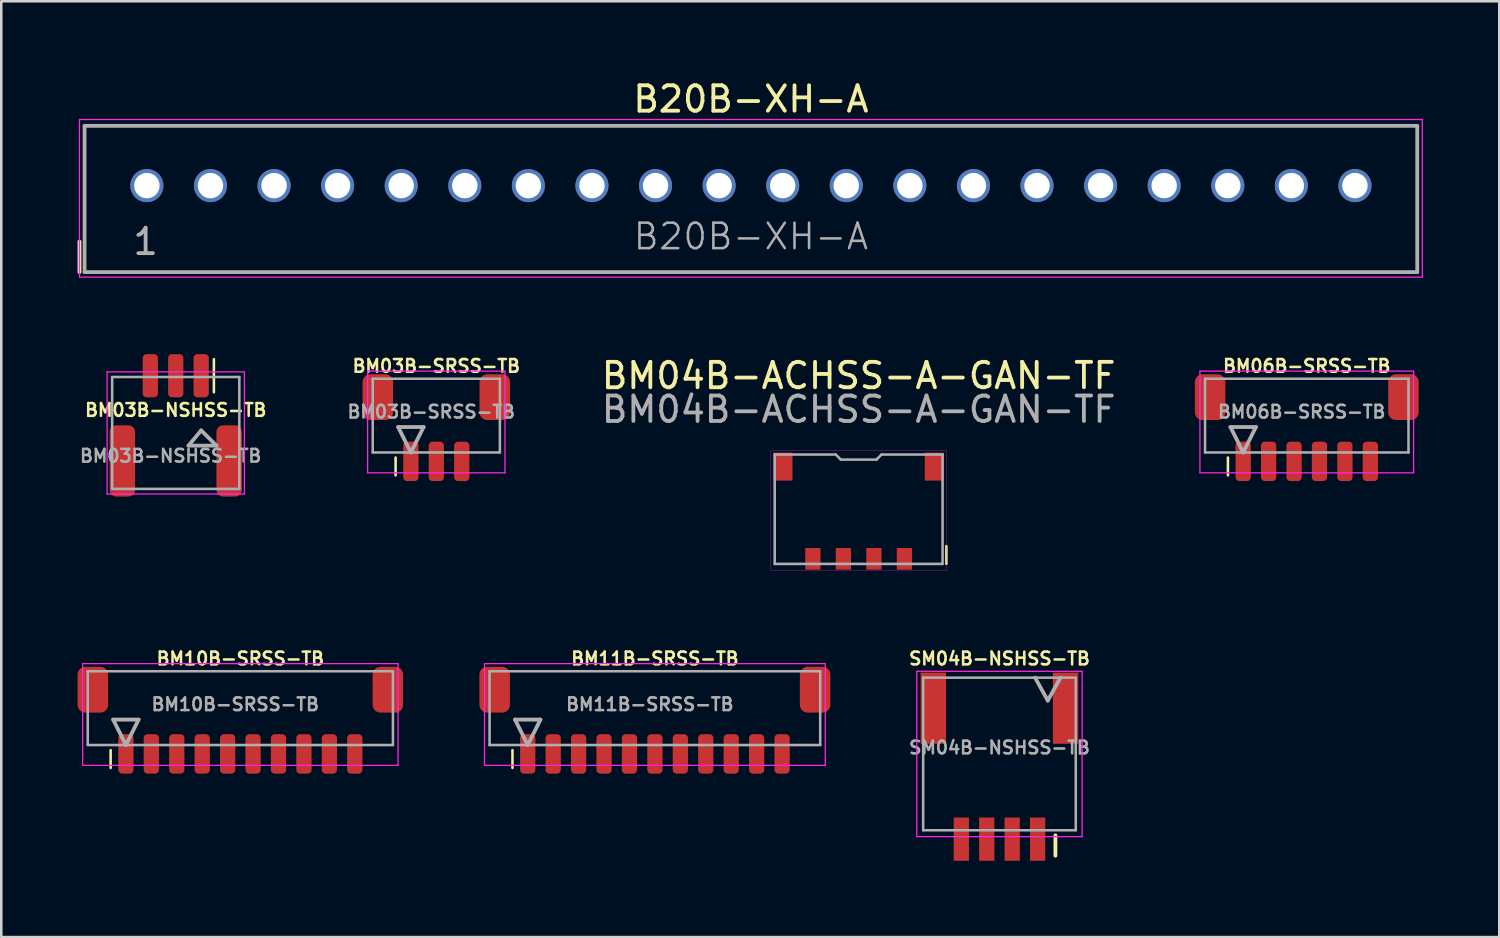
<source format=kicad_pcb>
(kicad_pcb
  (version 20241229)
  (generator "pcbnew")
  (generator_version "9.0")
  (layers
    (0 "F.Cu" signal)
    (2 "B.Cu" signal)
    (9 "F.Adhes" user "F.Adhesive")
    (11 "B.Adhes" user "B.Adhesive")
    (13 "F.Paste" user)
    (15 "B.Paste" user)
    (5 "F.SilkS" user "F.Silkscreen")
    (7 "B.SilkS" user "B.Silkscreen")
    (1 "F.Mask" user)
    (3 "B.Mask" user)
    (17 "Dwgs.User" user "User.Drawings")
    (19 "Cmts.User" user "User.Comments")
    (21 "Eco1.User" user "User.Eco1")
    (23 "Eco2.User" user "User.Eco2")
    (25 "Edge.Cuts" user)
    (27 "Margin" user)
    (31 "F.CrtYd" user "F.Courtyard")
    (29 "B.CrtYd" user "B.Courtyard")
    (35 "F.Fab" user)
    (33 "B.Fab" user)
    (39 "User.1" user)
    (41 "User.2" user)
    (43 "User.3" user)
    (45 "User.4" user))
  (footprint "BM10B-SRSS-TB"
    (layer "F.Cu")
    (at 6.4 26.244)
    (property "Reference" "BM10B-SRSS-TB" (at 0 -3.4 0) (layer "F.SilkS") (effects (font (size 0.5 0.5) (thickness 0.1))))
    (attr smd)
    (fp_line (start -5.1 0.2) (end -5.1 0.9) (stroke (width 0.1) (type solid)) (layer "F.SilkS"))
    (fp_line (start 3.45 0.2) (end 3.45 0.2) (stroke (width 0.01) (type solid)) (layer "F.SilkS"))
    (fp_line (start -6.2 -3.2) (end 6.2 -3.2) (stroke (width 0.05) (type solid)) (layer "F.CrtYd"))
    (fp_line (start -6.2 0.8) (end -6.2 -3.2) (stroke (width 0.05) (type solid)) (layer "F.CrtYd"))
    (fp_line (start 6.2 -3.2) (end 6.2 0.8) (stroke (width 0.05) (type solid)) (layer "F.CrtYd"))
    (fp_line (start 6.2 0.8) (end -6.2 0.8) (stroke (width 0.05) (type solid)) (layer "F.CrtYd"))
    (fp_line (start -6 -2.9) (end -6 0) (stroke (width 0.1) (type solid)) (layer "F.Fab"))
    (fp_line (start -6 -2.9) (end 6 -2.9) (stroke (width 0.1) (type solid)) (layer "F.Fab"))
    (fp_line (start -6 0) (end 6 0) (stroke (width 0.1) (type solid)) (layer "F.Fab"))
    (fp_line (start -5 -1) (end -4 -1) (stroke (width 0.15) (type solid)) (layer "F.Fab"))
    (fp_line (start -4.5 0) (end -5 -1) (stroke (width 0.15) (type solid)) (layer "F.Fab"))
    (fp_line (start -4 -1) (end -4.5 0) (stroke (width 0.15) (type solid)) (layer "F.Fab"))
    (fp_line (start 6 0) (end 6 -2.9) (stroke (width 0.1) (type solid)) (layer "F.Fab"))
    (fp_text user "${REFERENCE}" (at -0.2 -1.6 0) (layer "F.Fab") (effects (font (size 0.5 0.5) (thickness 0.1))))
    (pad "1" smd roundrect (at -4.5 0.35) (size 0.6 1.55) (layers "F.Cu" "F.Mask" "F.Paste") (roundrect_rratio 0.25))
    (pad "2" smd roundrect (at -3.5 0.35) (size 0.6 1.55) (layers "F.Cu" "F.Mask" "F.Paste") (roundrect_rratio 0.25))
    (pad "3" smd roundrect (at -2.5 0.35) (size 0.6 1.55) (layers "F.Cu" "F.Mask" "F.Paste") (roundrect_rratio 0.25))
    (pad "4" smd roundrect (at -1.5 0.35) (size 0.6 1.55) (layers "F.Cu" "F.Mask" "F.Paste") (roundrect_rratio 0.25))
    (pad "5" smd roundrect (at -0.5 0.35) (size 0.6 1.55) (layers "F.Cu" "F.Mask" "F.Paste") (roundrect_rratio 0.25))
    (pad "6" smd roundrect (at 0.5 0.35) (size 0.6 1.55) (layers "F.Cu" "F.Mask" "F.Paste") (roundrect_rratio 0.25))
    (pad "7" smd roundrect (at 1.5 0.35) (size 0.6 1.55) (layers "F.Cu" "F.Mask" "F.Paste") (roundrect_rratio 0.25))
    (pad "8" smd roundrect (at 2.5 0.35) (size 0.6 1.55) (layers "F.Cu" "F.Mask" "F.Paste") (roundrect_rratio 0.25))
    (pad "9" smd roundrect (at 3.5 0.35) (size 0.6 1.55) (layers "F.Cu" "F.Mask" "F.Paste") (roundrect_rratio 0.25))
    (pad "10" smd roundrect (at 4.5 0.35) (size 0.6 1.55) (layers "F.Cu" "F.Mask" "F.Paste") (roundrect_rratio 0.25))
    (pad "11" smd roundrect (at -5.8 -2.175) (size 1.2 1.8) (layers "F.Cu" "F.Mask" "F.Paste") (roundrect_rratio 0.25))
    (pad "12" smd roundrect (at 5.8 -2.175) (size 1.2 1.8) (layers "F.Cu" "F.Mask" "F.Paste") (roundrect_rratio 0.25)))
  (footprint "B20B-XH-A"
    (layer "F.Cu")
    (at 26.475 4.248)
    (property "Reference" "B20B-XH-A" (at 0 -3.4 0) (layer "F.SilkS") (effects (font (size 1 1) (thickness 0.15))))
    (attr smd)
    (fp_line (start -26.4 2.2) (end -26.4 3.4) (stroke (width 0.15) (type solid)) (layer "F.SilkS"))
    (fp_line (start 1.45 0.2) (end 1.45 0.2) (stroke (width 0.01) (type solid)) (layer "F.SilkS"))
    (fp_line (start -26.4 -2.6) (end 26.4 -2.6) (stroke (width 0.05) (type solid)) (layer "F.CrtYd"))
    (fp_line (start -26.4 3.6) (end -26.4 -2.6) (stroke (width 0.05) (type solid)) (layer "F.CrtYd"))
    (fp_line (start 26.4 -2.6) (end 26.4 3.6) (stroke (width 0.05) (type solid)) (layer "F.CrtYd"))
    (fp_line (start 26.4 3.6) (end -26.4 3.6) (stroke (width 0.05) (type solid)) (layer "F.CrtYd"))
    (fp_line (start -26.2 -2.35) (end -26.2 3.4) (stroke (width 0.15) (type solid)) (layer "F.Fab"))
    (fp_line (start -26.2 -2.35) (end 26.2 -2.35) (stroke (width 0.15) (type solid)) (layer "F.Fab"))
    (fp_line (start -26.2 3.4) (end 26.2 3.4) (stroke (width 0.15) (type solid)) (layer "F.Fab"))
    (fp_line (start 26.2 3.4) (end 26.2 -2.35) (stroke (width 0.15) (type solid)) (layer "F.Fab"))
    (fp_text user "1" (at -23.8 2.2 0) (layer "F.Fab") (effects (font (size 1 1) (thickness 0.15))))
    (fp_text user "${REFERENCE}" (at 0 2 0) (layer "F.Fab") (effects (font (size 1 1) (thickness 0.1))))
    (pad "1" thru_hole circle (at -23.75 0) (size 1.3 1.3) (drill 1) (layers "*.Cu" "*.Mask"))
    (pad "2" thru_hole circle (at -21.25 0) (size 1.3 1.3) (drill 1) (layers "*.Cu" "*.Mask"))
    (pad "3" thru_hole circle (at -18.75 0) (size 1.3 1.3) (drill 1) (layers "*.Cu" "*.Mask"))
    (pad "4" thru_hole circle (at -16.25 0) (size 1.3 1.3) (drill 1) (layers "*.Cu" "*.Mask"))
    (pad "5" thru_hole circle (at -13.75 0) (size 1.3 1.3) (drill 1) (layers "*.Cu" "*.Mask"))
    (pad "6" thru_hole circle (at -11.25 0) (size 1.3 1.3) (drill 1) (layers "*.Cu" "*.Mask"))
    (pad "7" thru_hole circle (at -8.75 0) (size 1.3 1.3) (drill 1) (layers "*.Cu" "*.Mask"))
    (pad "8" thru_hole circle (at -6.25 0) (size 1.3 1.3) (drill 1) (layers "*.Cu" "*.Mask"))
    (pad "9" thru_hole circle (at -3.75 0) (size 1.3 1.3) (drill 1) (layers "*.Cu" "*.Mask"))
    (pad "10" thru_hole circle (at -1.25 0) (size 1.3 1.3) (drill 1) (layers "*.Cu" "*.Mask"))
    (pad "11" thru_hole circle (at 1.25 0) (size 1.3 1.3) (drill 1) (layers "*.Cu" "*.Mask"))
    (pad "12" thru_hole circle (at 3.75 0) (size 1.3 1.3) (drill 1) (layers "*.Cu" "*.Mask"))
    (pad "13" thru_hole circle (at 6.25 0) (size 1.3 1.3) (drill 1) (layers "*.Cu" "*.Mask"))
    (pad "14" thru_hole circle (at 8.75 0) (size 1.3 1.3) (drill 1) (layers "*.Cu" "*.Mask"))
    (pad "15" thru_hole circle (at 11.25 0) (size 1.3 1.3) (drill 1) (layers "*.Cu" "*.Mask"))
    (pad "16" thru_hole circle (at 13.75 0) (size 1.3 1.3) (drill 1) (layers "*.Cu" "*.Mask"))
    (pad "17" thru_hole circle (at 16.25 0) (size 1.3 1.3) (drill 1) (layers "*.Cu" "*.Mask"))
    (pad "18" thru_hole circle (at 18.75 0) (size 1.3 1.3) (drill 1) (layers "*.Cu" "*.Mask"))
    (pad "19" thru_hole circle (at 21.25 0) (size 1.3 1.3) (drill 1) (layers "*.Cu" "*.Mask"))
    (pad "20" thru_hole circle (at 23.75 0) (size 1.3 1.3) (drill 1) (layers "*.Cu" "*.Mask")))
  (footprint "BM11B-SRSS-TB"
    (layer "F.Cu")
    (at 22.7 26.244)
    (property "Reference" "BM11B-SRSS-TB" (at 0 -3.4 0) (layer "F.SilkS") (effects (font (size 0.5 0.5) (thickness 0.1))))
    (attr smd)
    (fp_line (start -5.6 0.2) (end -5.6 0.9) (stroke (width 0.1) (type solid)) (layer "F.SilkS"))
    (fp_line (start 1.45 0.2) (end 1.45 0.2) (stroke (width 0.01) (type solid)) (layer "F.SilkS"))
    (fp_line (start -6.7 -3.2) (end 6.7 -3.2) (stroke (width 0.05) (type solid)) (layer "F.CrtYd"))
    (fp_line (start -6.7 0.8) (end -6.7 -3.2) (stroke (width 0.05) (type solid)) (layer "F.CrtYd"))
    (fp_line (start 6.7 -3.2) (end 6.7 0.8) (stroke (width 0.05) (type solid)) (layer "F.CrtYd"))
    (fp_line (start 6.7 0.8) (end -6.7 0.8) (stroke (width 0.05) (type solid)) (layer "F.CrtYd"))
    (fp_line (start -6.5 -2.9) (end -6.5 0) (stroke (width 0.1) (type solid)) (layer "F.Fab"))
    (fp_line (start -6.5 -2.9) (end 6.5 -2.9) (stroke (width 0.1) (type solid)) (layer "F.Fab"))
    (fp_line (start -6.5 0) (end 6.5 0) (stroke (width 0.1) (type solid)) (layer "F.Fab"))
    (fp_line (start -5.5 -1) (end -4.5 -1) (stroke (width 0.15) (type solid)) (layer "F.Fab"))
    (fp_line (start -5 0) (end -5.5 -1) (stroke (width 0.15) (type solid)) (layer "F.Fab"))
    (fp_line (start -4.5 -1) (end -5 0) (stroke (width 0.15) (type solid)) (layer "F.Fab"))
    (fp_line (start 6.5 0) (end 6.5 -2.9) (stroke (width 0.1) (type solid)) (layer "F.Fab"))
    (fp_text user "${REFERENCE}" (at -0.2 -1.6 0) (layer "F.Fab") (effects (font (size 0.5 0.5) (thickness 0.1))))
    (pad "1" smd roundrect (at -5 0.35) (size 0.6 1.55) (layers "F.Cu" "F.Mask" "F.Paste") (roundrect_rratio 0.25))
    (pad "2" smd roundrect (at -4 0.35) (size 0.6 1.55) (layers "F.Cu" "F.Mask" "F.Paste") (roundrect_rratio 0.25))
    (pad "3" smd roundrect (at -3 0.35) (size 0.6 1.55) (layers "F.Cu" "F.Mask" "F.Paste") (roundrect_rratio 0.25))
    (pad "4" smd roundrect (at -2 0.35) (size 0.6 1.55) (layers "F.Cu" "F.Mask" "F.Paste") (roundrect_rratio 0.25))
    (pad "5" smd roundrect (at -1 0.35) (size 0.6 1.55) (layers "F.Cu" "F.Mask" "F.Paste") (roundrect_rratio 0.25))
    (pad "6" smd roundrect (at 0 0.35) (size 0.6 1.55) (layers "F.Cu" "F.Mask" "F.Paste") (roundrect_rratio 0.25))
    (pad "7" smd roundrect (at 1 0.35) (size 0.6 1.55) (layers "F.Cu" "F.Mask" "F.Paste") (roundrect_rratio 0.25))
    (pad "8" smd roundrect (at 2 0.35) (size 0.6 1.55) (layers "F.Cu" "F.Mask" "F.Paste") (roundrect_rratio 0.25))
    (pad "9" smd roundrect (at 3 0.35) (size 0.6 1.55) (layers "F.Cu" "F.Mask" "F.Paste") (roundrect_rratio 0.25))
    (pad "10" smd roundrect (at 4 0.35) (size 0.6 1.55) (layers "F.Cu" "F.Mask" "F.Paste") (roundrect_rratio 0.25))
    (pad "11" smd roundrect (at 5 0.35) (size 0.6 1.55) (layers "F.Cu" "F.Mask" "F.Paste") (roundrect_rratio 0.25))
    (pad "P1" smd roundrect (at -6.3 -2.175) (size 1.2 1.8) (layers "F.Cu" "F.Mask" "F.Paste") (roundrect_rratio 0.25))
    (pad "P2" smd roundrect (at 6.3 -2.175) (size 1.2 1.8) (layers "F.Cu" "F.Mask" "F.Paste") (roundrect_rratio 0.25)))
  (footprint "BM03B-NSHSS-TB"
    (layer "F.Cu")
    (at 3.86 16.473)
    (property "Reference" "BM03B-NSHSS-TB" (at 0 -3.4 0) (layer "F.SilkS") (effects (font (size 0.5 0.5) (thickness 0.1))))
    (attr smd)
    (fp_line (start 1.5 -5.4) (end 1.5 -4.1) (stroke (width 0.1) (type solid)) (layer "F.SilkS"))
    (fp_line (start -2.7 -4.9) (end 2.7 -4.9) (stroke (width 0.05) (type solid)) (layer "F.CrtYd"))
    (fp_line (start -2.7 -0.1) (end -2.7 -4.9) (stroke (width 0.05) (type solid)) (layer "F.CrtYd"))
    (fp_line (start 2.7 -4.9) (end 2.7 -0.1) (stroke (width 0.05) (type solid)) (layer "F.CrtYd"))
    (fp_line (start 2.7 -0.1) (end -2.7 -0.1) (stroke (width 0.05) (type solid)) (layer "F.CrtYd"))
    (fp_line (start -2.5 -4.7) (end -2.5 -0.3) (stroke (width 0.1) (type solid)) (layer "F.Fab"))
    (fp_line (start -2.5 -4.7) (end 2.5 -4.7) (stroke (width 0.1) (type solid)) (layer "F.Fab"))
    (fp_line (start -2.5 -0.3) (end 2.5 -0.3) (stroke (width 0.1) (type solid)) (layer "F.Fab"))
    (fp_line (start 0.5 -2) (end 1.6 -2) (stroke (width 0.15) (type solid)) (layer "F.Fab"))
    (fp_line (start 1 -2.6) (end 0.5 -2) (stroke (width 0.15) (type solid)) (layer "F.Fab"))
    (fp_line (start 1 -2.6) (end 1.6 -2) (stroke (width 0.15) (type solid)) (layer "F.Fab"))
    (fp_line (start 2.5 -0.3) (end 2.5 -4.7) (stroke (width 0.1) (type solid)) (layer "F.Fab"))
    (fp_text user "${REFERENCE}" (at -0.2 -1.6 0) (layer "F.Fab") (effects (font (size 0.5 0.5) (thickness 0.1))))
    (pad "1" smd roundrect (at 1 -4.75) (size 0.6 1.7) (layers "F.Cu" "F.Mask" "F.Paste") (roundrect_rratio 0.25))
    (pad "2" smd roundrect (at 0 -4.75) (size 0.6 1.7) (layers "F.Cu" "F.Mask" "F.Paste") (roundrect_rratio 0.25))
    (pad "3" smd roundrect (at -1 -4.75) (size 0.6 1.7) (layers "F.Cu" "F.Mask" "F.Paste") (roundrect_rratio 0.25))
    (pad "4" smd roundrect (at -2.1 -1.4) (size 1 2.8) (layers "F.Cu" "F.Mask" "F.Paste") (roundrect_rratio 0.25))
    (pad "5" smd roundrect (at 2.1 -1.4) (size 1 2.8) (layers "F.Cu" "F.Mask" "F.Paste") (roundrect_rratio 0.25)))
  (footprint "SM04B-NSHSS-TB"
    (layer "F.Cu")
    (at 36.248 29.095)
    (property "Reference" "SM04B-NSHSS-TB" (at 0 -6.25 0) (layer "F.SilkS") (effects (font (size 0.5 0.5) (thickness 0.1))))
    (attr smd)
    (fp_line (start 2.2 0.7) (end 2.2 1.5) (stroke (width 0.15) (type solid)) (layer "F.SilkS"))
    (fp_line (start 3.45 0.2) (end 3.45 0.2) (stroke (width 0.01) (type solid)) (layer "F.SilkS"))
    (fp_line (start -3.25 -5.75) (end 3.25 -5.75) (stroke (width 0.05) (type solid)) (layer "F.CrtYd"))
    (fp_line (start -3.25 0.75) (end -3.25 -5.75) (stroke (width 0.05) (type solid)) (layer "F.CrtYd"))
    (fp_line (start 3.25 -5.75) (end 3.25 0.75) (stroke (width 0.05) (type solid)) (layer "F.CrtYd"))
    (fp_line (start 3.25 0.75) (end -3.25 0.75) (stroke (width 0.05) (type solid)) (layer "F.CrtYd"))
    (fp_line (start -3 -5.5) (end -3 0.5) (stroke (width 0.1) (type solid)) (layer "F.Fab"))
    (fp_line (start -3 -5.5) (end 3 -5.5) (stroke (width 0.1) (type solid)) (layer "F.Fab"))
    (fp_line (start -3 0.5) (end 3 0.5) (stroke (width 0.1) (type solid)) (layer "F.Fab"))
    (fp_line (start 1.4 -5.5) (end 1.9 -4.6) (stroke (width 0.15) (type solid)) (layer "F.Fab"))
    (fp_line (start 2.4 -5.5) (end 1.9 -4.6) (stroke (width 0.15) (type solid)) (layer "F.Fab"))
    (fp_line (start 3 0.5) (end 3 -5.5) (stroke (width 0.1) (type solid)) (layer "F.Fab"))
    (fp_text user "${REFERENCE}" (at 0 -2.75 0) (layer "F.Fab") (effects (font (size 0.5 0.5) (thickness 0.1))))
    (pad "1" smd rect (at 1.5 0.85) (size 0.6 1.7) (layers "F.Cu" "F.Mask" "F.Paste"))
    (pad "2" smd rect (at 0.5 0.85) (size 0.6 1.7) (layers "F.Cu" "F.Mask" "F.Paste"))
    (pad "3" smd rect (at -0.5 0.85) (size 0.6 1.7) (layers "F.Cu" "F.Mask" "F.Paste"))
    (pad "4" smd rect (at -1.5 0.85) (size 0.6 1.7) (layers "F.Cu" "F.Mask" "F.Paste"))
    (pad "5" smd rect (at -2.6 -4.3) (size 1 2.8) (layers "F.Cu" "F.Mask" "F.Paste"))
    (pad "6" smd rect (at 2.6 -4.3) (size 1 2.8) (layers "F.Cu" "F.Mask" "F.Paste")))
  (footprint "BM03B-SRSS-TB"
    (layer "F.Cu")
    (at 14.105 14.741)
    (property "Reference" "BM03B-SRSS-TB" (at 0 -3.4 0) (layer "F.SilkS") (effects (font (size 0.5 0.5) (thickness 0.1))))
    (attr smd)
    (fp_line (start -1.6 0.2) (end -1.6 0.9) (stroke (width 0.1) (type solid)) (layer "F.SilkS"))
    (fp_line (start -2.7 -3.2) (end 2.7 -3.2) (stroke (width 0.05) (type solid)) (layer "F.CrtYd"))
    (fp_line (start -2.7 0.8) (end -2.7 -3.2) (stroke (width 0.05) (type solid)) (layer "F.CrtYd"))
    (fp_line (start 2.7 -3.2) (end 2.7 0.8) (stroke (width 0.05) (type solid)) (layer "F.CrtYd"))
    (fp_line (start 2.7 0.8) (end -2.7 0.8) (stroke (width 0.05) (type solid)) (layer "F.CrtYd"))
    (fp_line (start -2.5 -2.9) (end -2.5 0) (stroke (width 0.1) (type solid)) (layer "F.Fab"))
    (fp_line (start -2.5 -2.9) (end 2.5 -2.9) (stroke (width 0.1) (type solid)) (layer "F.Fab"))
    (fp_line (start -2.5 0) (end 2.5 0) (stroke (width 0.1) (type solid)) (layer "F.Fab"))
    (fp_line (start -1.5 -1) (end -0.5 -1) (stroke (width 0.15) (type solid)) (layer "F.Fab"))
    (fp_line (start -1 0) (end -1.5 -1) (stroke (width 0.15) (type solid)) (layer "F.Fab"))
    (fp_line (start -0.5 -1) (end -1 0) (stroke (width 0.15) (type solid)) (layer "F.Fab"))
    (fp_line (start 2.5 0) (end 2.5 -2.9) (stroke (width 0.1) (type solid)) (layer "F.Fab"))
    (fp_text user "${REFERENCE}" (at -0.2 -1.6 0) (layer "F.Fab") (effects (font (size 0.5 0.5) (thickness 0.1))))
    (pad "1" smd roundrect (at -1 0.35) (size 0.6 1.55) (layers "F.Cu" "F.Mask" "F.Paste") (roundrect_rratio 0.25))
    (pad "2" smd roundrect (at 0 0.35) (size 0.6 1.55) (layers "F.Cu" "F.Mask" "F.Paste") (roundrect_rratio 0.25))
    (pad "3" smd roundrect (at 1 0.35) (size 0.6 1.55) (layers "F.Cu" "F.Mask" "F.Paste") (roundrect_rratio 0.25))
    (pad "4" smd roundrect (at -2.3 -2.175) (size 1.2 1.8) (layers "F.Cu" "F.Mask" "F.Paste") (roundrect_rratio 0.25))
    (pad "5" smd roundrect (at 2.3 -2.175) (size 1.2 1.8) (layers "F.Cu" "F.Mask" "F.Paste") (roundrect_rratio 0.25)))
  (footprint "BM04B-ACHSS-A-GAN-TF"
    (layer "F.Cu")
    (at 30.711 18.922)
    (property "Reference" "BM04B-ACHSS-A-GAN-TF" (at 0 -7.2 0) (layer "F.SilkS") (effects (font (size 1 1) (thickness 0.15))))
    (attr through_hole)
    (fp_line (start 3.45 -0.5) (end 3.45 0.2) (stroke (width 0.1) (type solid)) (layer "F.SilkS"))
    (fp_line (start 3.45 0.2) (end 3.45 0.2) (stroke (width 0.01) (type solid)) (layer "F.SilkS"))
    (fp_line (start -3.45 -4.25) (end 3.45 -4.25) (stroke (width 0.01) (type solid)) (layer "F.CrtYd"))
    (fp_line (start -3.45 0.45) (end -3.45 -4.25) (stroke (width 0.01) (type solid)) (layer "F.CrtYd"))
    (fp_line (start 3.45 -4.25) (end 3.45 0.45) (stroke (width 0.01) (type solid)) (layer "F.CrtYd"))
    (fp_line (start 3.45 0.45) (end -3.45 0.45) (stroke (width 0.01) (type solid)) (layer "F.CrtYd"))
    (fp_line (start -3.3 -4.1) (end -3.3 0.2) (stroke (width 0.1) (type solid)) (layer "F.Fab"))
    (fp_line (start -3.3 0.2) (end 3.3 0.2) (stroke (width 0.1) (type solid)) (layer "F.Fab"))
    (fp_line (start -0.9 -4.1) (end -3.3 -4.1) (stroke (width 0.1) (type solid)) (layer "F.Fab"))
    (fp_line (start -0.7 -3.9) (end -0.9 -4.1) (stroke (width 0.1) (type solid)) (layer "F.Fab"))
    (fp_line (start 0.7 -3.9) (end -0.7 -3.9) (stroke (width 0.1) (type solid)) (layer "F.Fab"))
    (fp_line (start 0.9 -4.1) (end 0.7 -3.9) (stroke (width 0.1) (type solid)) (layer "F.Fab"))
    (fp_line (start 3.3 -4.1) (end 0.9 -4.1) (stroke (width 0.1) (type solid)) (layer "F.Fab"))
    (fp_line (start 3.3 0.2) (end 3.3 -4.1) (stroke (width 0.1) (type solid)) (layer "F.Fab"))
    (fp_text user "${REFERENCE}" (at 0 -5.875 0) (layer "F.Fab") (effects (font (size 1 1) (thickness 0.15))))
    (pad "1" smd rect (at 1.8 0) (size 0.6 0.85) (layers "F.Cu" "F.Mask" "F.Paste"))
    (pad "2" smd rect (at 0.6 0) (size 0.6 0.85) (layers "F.Cu" "F.Mask" "F.Paste"))
    (pad "3" smd rect (at -0.6 0) (size 0.6 0.85) (layers "F.Cu" "F.Mask" "F.Paste"))
    (pad "4" smd rect (at -1.8 0) (size 0.6 0.85) (layers "F.Cu" "F.Mask" "F.Paste"))
    (pad "5" smd rect (at 2.975 -3.625) (size 0.75 1.1) (layers "F.Cu" "F.Mask" "F.Paste"))
    (pad "6" smd rect (at -2.975 -3.625) (size 0.75 1.1) (layers "F.Cu" "F.Mask" "F.Paste")))
  (footprint "BM06B-SRSS-TB"
    (layer "F.Cu")
    (at 48.331 14.741)
    (property "Reference" "BM06B-SRSS-TB" (at 0 -3.4 0) (layer "F.SilkS") (effects (font (size 0.5 0.5) (thickness 0.1))))
    (attr smd)
    (fp_line (start -3.1 0.2) (end -3.1 0.9) (stroke (width 0.1) (type solid)) (layer "F.SilkS"))
    (fp_line (start 3.45 0.2) (end 3.45 0.2) (stroke (width 0.01) (type solid)) (layer "F.SilkS"))
    (fp_line (start -4.2 -3.2) (end 4.2 -3.2) (stroke (width 0.05) (type solid)) (layer "F.CrtYd"))
    (fp_line (start -4.2 0.8) (end -4.2 -3.2) (stroke (width 0.05) (type solid)) (layer "F.CrtYd"))
    (fp_line (start 4.2 -3.2) (end 4.2 0.8) (stroke (width 0.05) (type solid)) (layer "F.CrtYd"))
    (fp_line (start 4.2 0.8) (end -4.2 0.8) (stroke (width 0.05) (type solid)) (layer "F.CrtYd"))
    (fp_line (start -4 -2.9) (end -4 0) (stroke (width 0.1) (type solid)) (layer "F.Fab"))
    (fp_line (start -4 -2.9) (end 4 -2.9) (stroke (width 0.1) (type solid)) (layer "F.Fab"))
    (fp_line (start -4 0) (end 4 0) (stroke (width 0.1) (type solid)) (layer "F.Fab"))
    (fp_line (start -3 -1) (end -2 -1) (stroke (width 0.15) (type solid)) (layer "F.Fab"))
    (fp_line (start -2.5 0) (end -3 -1) (stroke (width 0.15) (type solid)) (layer "F.Fab"))
    (fp_line (start -2 -1) (end -2.5 0) (stroke (width 0.15) (type solid)) (layer "F.Fab"))
    (fp_line (start 4 0) (end 4 -2.9) (stroke (width 0.1) (type solid)) (layer "F.Fab"))
    (fp_text user "${REFERENCE}" (at -0.2 -1.6 0) (layer "F.Fab") (effects (font (size 0.5 0.5) (thickness 0.1))))
    (pad "1" smd roundrect (at -2.5 0.35) (size 0.6 1.55) (layers "F.Cu" "F.Mask" "F.Paste") (roundrect_rratio 0.25))
    (pad "2" smd roundrect (at -1.5 0.35) (size 0.6 1.55) (layers "F.Cu" "F.Mask" "F.Paste") (roundrect_rratio 0.25))
    (pad "3" smd roundrect (at -0.5 0.35) (size 0.6 1.55) (layers "F.Cu" "F.Mask" "F.Paste") (roundrect_rratio 0.25))
    (pad "4" smd roundrect (at 0.5 0.35) (size 0.6 1.55) (layers "F.Cu" "F.Mask" "F.Paste") (roundrect_rratio 0.25))
    (pad "5" smd roundrect (at 1.5 0.35) (size 0.6 1.55) (layers "F.Cu" "F.Mask" "F.Paste") (roundrect_rratio 0.25))
    (pad "6" smd roundrect (at 2.5 0.35) (size 0.6 1.55) (layers "F.Cu" "F.Mask" "F.Paste") (roundrect_rratio 0.25))
    (pad "P1" smd roundrect (at -3.8 -2.175) (size 1.2 1.8) (layers "F.Cu" "F.Mask" "F.Paste") (roundrect_rratio 0.25))
    (pad "P2" smd roundrect (at 3.8 -2.175) (size 1.2 1.8) (layers "F.Cu" "F.Mask" "F.Paste") (roundrect_rratio 0.25)))
  (gr_rect
    (start -3 -3)
    (end 55.9 33.794)
    (stroke (width 0.1) (type default))
    (fill no)
    (layer "Edge.Cuts")))
</source>
